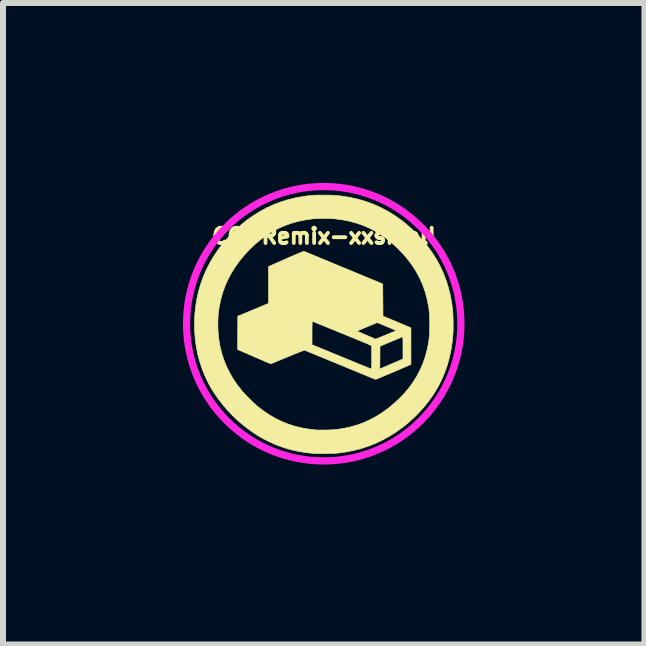
<source format=kicad_pcb>
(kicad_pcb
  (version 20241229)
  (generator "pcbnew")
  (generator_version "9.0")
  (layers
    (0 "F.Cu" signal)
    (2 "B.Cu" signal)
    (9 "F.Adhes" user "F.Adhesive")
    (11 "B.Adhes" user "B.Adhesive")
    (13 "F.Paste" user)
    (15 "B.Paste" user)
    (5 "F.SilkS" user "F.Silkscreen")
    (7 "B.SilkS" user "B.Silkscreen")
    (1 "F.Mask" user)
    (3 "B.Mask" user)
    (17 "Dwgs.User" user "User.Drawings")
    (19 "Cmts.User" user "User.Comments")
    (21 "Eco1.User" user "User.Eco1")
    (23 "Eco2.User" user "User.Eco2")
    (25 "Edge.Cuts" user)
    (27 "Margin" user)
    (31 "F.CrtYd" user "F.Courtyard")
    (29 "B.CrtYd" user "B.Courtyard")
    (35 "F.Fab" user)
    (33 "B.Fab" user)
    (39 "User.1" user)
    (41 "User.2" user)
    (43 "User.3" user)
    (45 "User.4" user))
  (footprint "CC-Remix-xxsmall"
    (layer "F.Cu")
    (at 2.347 2.347)
    (property "Reference" "CC-Remix-xxsmall" (at 0.009 -1.46 0) (layer "F.SilkS") (effects (font (size 0.254 0.254) (thickness 0.064))))
    (attr through_hole)
    (fp_poly (pts (xy 0.049 -2.144) (xy 0.092 -2.144) (xy 0.13 -2.143) (xy 0.163 -2.141) (xy 0.195 -2.139) (xy 0.226 -2.137) (xy 0.259 -2.133) (xy 0.294 -2.129) (xy 0.326 -2.125) (xy 0.458 -2.102) (xy 0.587 -2.072) (xy 0.713 -2.034) (xy 0.835 -1.989) (xy 0.954 -1.935) (xy 1.07 -1.874) (xy 1.182 -1.805) (xy 1.29 -1.729) (xy 1.297 -1.724) (xy 1.377 -1.66) (xy 1.457 -1.589) (xy 1.535 -1.514) (xy 1.61 -1.435) (xy 1.681 -1.355) (xy 1.738 -1.283) (xy 1.815 -1.176) (xy 1.883 -1.067) (xy 1.944 -0.954) (xy 1.997 -0.837) (xy 2.043 -0.717) (xy 2.081 -0.593) (xy 2.112 -0.466) (xy 2.135 -0.334) (xy 2.149 -0.224) (xy 2.152 -0.187) (xy 2.154 -0.144) (xy 2.156 -0.096) (xy 2.157 -0.045) (xy 2.158 0.006) (xy 2.158 0.056) (xy 2.157 0.102) (xy 2.156 0.144) (xy 2.155 0.159) (xy 2.143 0.297) (xy 2.123 0.43) (xy 2.096 0.559) (xy 2.062 0.685) (xy 2.02 0.806) (xy 1.97 0.924) (xy 1.913 1.038) (xy 1.849 1.148) (xy 1.776 1.255) (xy 1.697 1.358) (xy 1.609 1.458) (xy 1.55 1.52) (xy 1.475 1.592) (xy 1.401 1.658) (xy 1.326 1.718) (xy 1.247 1.776) (xy 1.209 1.803) (xy 1.098 1.873) (xy 0.986 1.936) (xy 0.873 1.99) (xy 0.757 2.037) (xy 0.638 2.077) (xy 0.516 2.109) (xy 0.389 2.135) (xy 0.257 2.154) (xy 0.231 2.157) (xy 0.206 2.159) (xy 0.175 2.161) (xy 0.139 2.162) (xy 0.098 2.164) (xy 0.056 2.165) (xy 0.012 2.165) (xy -0.03 2.166) (xy -0.07 2.166) (xy -0.107 2.165) (xy -0.138 2.164) (xy -0.161 2.163) (xy -0.295 2.149) (xy -0.426 2.127) (xy -0.553 2.099) (xy -0.676 2.062) (xy -0.795 2.018) (xy -0.912 1.966) (xy -1.027 1.907) (xy -1.113 1.856) (xy -1.221 1.783) (xy -1.326 1.704) (xy -1.428 1.618) (xy -1.525 1.526) (xy -1.616 1.429) (xy -1.701 1.328) (xy -1.78 1.223) (xy -1.851 1.116) (xy -1.861 1.1) (xy -1.924 0.989) (xy -1.979 0.873) (xy -2.027 0.753) (xy -2.068 0.631) (xy -2.101 0.505) (xy -2.126 0.377) (xy -2.143 0.246) (xy -2.153 0.114) (xy -2.154 0.021) (xy -1.765 0.021) (xy -1.763 0.097) (xy -1.758 0.172) (xy -1.751 0.243) (xy -1.748 0.266) (xy -1.728 0.383) (xy -1.699 0.497) (xy -1.663 0.607) (xy -1.619 0.715) (xy -1.567 0.82) (xy -1.507 0.923) (xy -1.439 1.023) (xy -1.368 1.113) (xy -1.349 1.136) (xy -1.324 1.163) (xy -1.296 1.193) (xy -1.265 1.225) (xy -1.232 1.257) (xy -1.2 1.289) (xy -1.168 1.319) (xy -1.139 1.346) (xy -1.113 1.369) (xy -1.098 1.382) (xy -1 1.457) (xy -0.9 1.523) (xy -0.798 1.582) (xy -0.693 1.633) (xy -0.585 1.675) (xy -0.474 1.711) (xy -0.359 1.738) (xy -0.24 1.758) (xy -0.144 1.769) (xy -0.121 1.771) (xy -0.09 1.772) (xy -0.055 1.772) (xy -0.016 1.772) (xy 0.025 1.772) (xy 0.066 1.771) (xy 0.107 1.77) (xy 0.144 1.768) (xy 0.176 1.767) (xy 0.203 1.764) (xy 0.212 1.763) (xy 0.331 1.745) (xy 0.446 1.72) (xy 0.557 1.688) (xy 0.665 1.649) (xy 0.77 1.601) (xy 0.872 1.547) (xy 0.972 1.484) (xy 1.07 1.414) (xy 1.165 1.335) (xy 1.255 1.253) (xy 1.34 1.165) (xy 1.417 1.074) (xy 1.486 0.979) (xy 1.548 0.881) (xy 1.602 0.779) (xy 1.649 0.674) (xy 1.688 0.564) (xy 1.719 0.451) (xy 1.733 0.389) (xy 1.743 0.338) (xy 1.751 0.29) (xy 1.757 0.242) (xy 1.761 0.195) (xy 1.765 0.145) (xy 1.766 0.091) (xy 1.767 0.031) (xy 1.767 0.006) (xy 1.767 -0.046) (xy 1.766 -0.091) (xy 1.764 -0.131) (xy 1.762 -0.169) (xy 1.758 -0.206) (xy 1.754 -0.243) (xy 1.748 -0.283) (xy 1.742 -0.318) (xy 1.718 -0.433) (xy 1.686 -0.546) (xy 1.647 -0.655) (xy 1.6 -0.76) (xy 1.545 -0.863) (xy 1.483 -0.962) (xy 1.412 -1.059) (xy 1.334 -1.152) (xy 1.248 -1.243) (xy 1.227 -1.264) (xy 1.135 -1.347) (xy 1.042 -1.422) (xy 0.947 -1.489) (xy 0.849 -1.548) (xy 0.748 -1.6) (xy 0.644 -1.644) (xy 0.536 -1.68) (xy 0.423 -1.71) (xy 0.306 -1.733) (xy 0.186 -1.749) (xy 0.159 -1.751) (xy 0.124 -1.753) (xy 0.085 -1.754) (xy 0.042 -1.755) (xy -0.002 -1.755) (xy -0.047 -1.754) (xy -0.09 -1.753) (xy -0.13 -1.752) (xy -0.165 -1.75) (xy -0.194 -1.747) (xy -0.197 -1.747) (xy -0.318 -1.729) (xy -0.434 -1.705) (xy -0.545 -1.673) (xy -0.653 -1.635) (xy -0.757 -1.589) (xy -0.857 -1.536) (xy -0.954 -1.475) (xy -1.048 -1.406) (xy -1.14 -1.329) (xy -1.23 -1.245) (xy -1.245 -1.229) (xy -1.332 -1.135) (xy -1.411 -1.038) (xy -1.481 -0.939) (xy -1.544 -0.838) (xy -1.599 -0.733) (xy -1.646 -0.626) (xy -1.686 -0.516) (xy -1.717 -0.402) (xy -1.741 -0.286) (xy -1.755 -0.191) (xy -1.761 -0.125) (xy -1.764 -0.053) (xy -1.765 0.021) (xy -2.154 0.021) (xy -2.155 -0.021) (xy -2.149 -0.156) (xy -2.137 -0.275) (xy -2.117 -0.405) (xy -2.089 -0.533) (xy -2.052 -0.659) (xy -2.008 -0.782) (xy -1.956 -0.902) (xy -1.896 -1.019) (xy -1.829 -1.133) (xy -1.754 -1.243) (xy -1.671 -1.35) (xy -1.581 -1.453) (xy -1.489 -1.548) (xy -1.388 -1.64) (xy -1.284 -1.725) (xy -1.176 -1.802) (xy -1.064 -1.871) (xy -0.95 -1.933) (xy -0.831 -1.987) (xy -0.71 -2.033) (xy -0.585 -2.071) (xy -0.457 -2.102) (xy -0.326 -2.124) (xy -0.324 -2.125) (xy -0.286 -2.13) (xy -0.252 -2.134) (xy -0.22 -2.137) (xy -0.189 -2.14) (xy -0.157 -2.142) (xy -0.122 -2.143) (xy -0.084 -2.144) (xy -0.039 -2.144) (xy 0 -2.144) (xy 0.049 -2.144)) (stroke (width 0.01) (type solid)) (fill yes) (layer "F.SilkS"))
    (fp_poly (pts (xy -0.329 -1.207) (xy -0.323 -1.204) (xy -0.31 -1.199) (xy -0.29 -1.191) (xy -0.264 -1.18) (xy -0.233 -1.167) (xy -0.196 -1.152) (xy -0.154 -1.135) (xy -0.108 -1.116) (xy -0.058 -1.095) (xy -0.005 -1.073) (xy 0.051 -1.05) (xy 0.109 -1.026) (xy 0.168 -1.001) (xy 0.229 -0.976) (xy 0.291 -0.95) (xy 0.353 -0.925) (xy 0.415 -0.899) (xy 0.476 -0.874) (xy 0.536 -0.849) (xy 0.594 -0.825) (xy 0.65 -0.802) (xy 0.703 -0.78) (xy 0.752 -0.759) (xy 0.799 -0.74) (xy 0.84 -0.723) (xy 0.877 -0.708) (xy 0.909 -0.694) (xy 0.935 -0.684) (xy 0.955 -0.675) (xy 0.968 -0.67) (xy 0.973 -0.667) (xy 0.974 -0.667) (xy 0.984 -0.662) (xy 0.986 -0.394) (xy 0.988 -0.126) (xy 1.202 -0.038) (xy 1.243 -0.021) (xy 1.282 -0.005) (xy 1.318 0.011) (xy 1.351 0.024) (xy 1.38 0.037) (xy 1.403 0.047) (xy 1.421 0.054) (xy 1.432 0.059) (xy 1.435 0.06) (xy 1.454 0.07) (xy 1.454 0.675) (xy 1.433 0.687) (xy 1.425 0.69) (xy 1.41 0.697) (xy 1.389 0.707) (xy 1.363 0.718) (xy 1.332 0.731) (xy 1.298 0.746) (xy 1.261 0.762) (xy 1.222 0.779) (xy 1.182 0.796) (xy 1.141 0.813) (xy 1.1 0.831) (xy 1.06 0.847) (xy 1.023 0.863) (xy 0.987 0.878) (xy 0.955 0.892) (xy 0.927 0.903) (xy 0.904 0.913) (xy 0.887 0.92) (xy 0.876 0.924) (xy 0.872 0.925) (xy 0.863 0.925) (xy 0.849 0.921) (xy 0.836 0.917) (xy 0.829 0.914) (xy 0.815 0.908) (xy 0.794 0.9) (xy 0.766 0.888) (xy 0.733 0.875) (xy 0.694 0.858) (xy 0.65 0.84) (xy 0.601 0.82) (xy 0.548 0.798) (xy 0.492 0.775) (xy 0.432 0.751) (xy 0.37 0.725) (xy 0.306 0.698) (xy 0.25 0.675) (xy 0.184 0.648) (xy 0.12 0.622) (xy 0.059 0.596) (xy 0.001 0.572) (xy -0.054 0.55) (xy -0.105 0.529) (xy -0.151 0.51) (xy -0.193 0.493) (xy -0.23 0.478) (xy -0.261 0.465) (xy -0.286 0.455) (xy -0.305 0.447) (xy -0.316 0.443) (xy -0.32 0.441) (xy -0.326 0.443) (xy -0.338 0.447) (xy -0.358 0.454) (xy -0.384 0.464) (xy -0.416 0.477) (xy -0.454 0.492) (xy -0.497 0.509) (xy -0.544 0.529) (xy -0.595 0.55) (xy -0.606 0.554) (xy -0.884 0.669) (xy -1.159 0.55) (xy -1.435 0.43) (xy -1.434 0.153) (xy -1.434 0.152) (xy -0.195 0.152) (xy -0.195 0.35) (xy 0.299 0.553) (xy 0.361 0.579) (xy 0.42 0.603) (xy 0.477 0.626) (xy 0.531 0.648) (xy 0.581 0.669) (xy 0.627 0.688) (xy 0.668 0.704) (xy 0.705 0.719) (xy 0.736 0.732) (xy 0.761 0.742) (xy 0.78 0.749) (xy 0.792 0.754) (xy 0.797 0.755) (xy 0.797 0.755) (xy 0.797 0.753) (xy 0.935 0.753) (xy 0.949 0.747) (xy 0.956 0.744) (xy 0.97 0.739) (xy 0.989 0.73) (xy 1.014 0.72) (xy 1.043 0.707) (xy 1.076 0.693) (xy 1.11 0.678) (xy 1.13 0.67) (xy 1.166 0.654) (xy 1.2 0.64) (xy 1.23 0.627) (xy 1.257 0.615) (xy 1.28 0.605) (xy 1.296 0.598) (xy 1.307 0.594) (xy 1.309 0.592) (xy 1.321 0.587) (xy 1.321 0.401) (xy 1.321 0.357) (xy 1.321 0.32) (xy 1.321 0.29) (xy 1.32 0.267) (xy 1.32 0.249) (xy 1.319 0.236) (xy 1.319 0.227) (xy 1.318 0.221) (xy 1.316 0.218) (xy 1.315 0.218) (xy 1.313 0.218) (xy 1.308 0.22) (xy 1.296 0.225) (xy 1.277 0.233) (xy 1.253 0.243) (xy 1.225 0.254) (xy 1.193 0.268) (xy 1.157 0.283) (xy 1.122 0.298) (xy 0.938 0.375) (xy 0.937 0.564) (xy 0.935 0.753) (xy 0.797 0.753) (xy 0.797 0.751) (xy 0.798 0.738) (xy 0.799 0.72) (xy 0.799 0.695) (xy 0.8 0.665) (xy 0.8 0.631) (xy 0.8 0.595) (xy 0.8 0.57) (xy 0.8 0.531) (xy 0.8 0.494) (xy 0.8 0.46) (xy 0.799 0.431) (xy 0.799 0.406) (xy 0.798 0.388) (xy 0.798 0.377) (xy 0.798 0.374) (xy 0.797 0.372) (xy 0.796 0.37) (xy 0.794 0.368) (xy 0.791 0.365) (xy 0.786 0.362) (xy 0.779 0.358) (xy 0.77 0.354) (xy 0.758 0.348) (xy 0.742 0.341) (xy 0.722 0.332) (xy 0.699 0.322) (xy 0.671 0.311) (xy 0.638 0.297) (xy 0.599 0.281) (xy 0.555 0.263) (xy 0.505 0.242) (xy 0.448 0.219) (xy 0.384 0.193) (xy 0.313 0.164) (xy 0.305 0.161) (xy 0.244 0.136) (xy 0.218 0.125) (xy 0.561 0.125) (xy 0.563 0.127) (xy 0.563 0.127) (xy 0.569 0.129) (xy 0.582 0.135) (xy 0.601 0.143) (xy 0.625 0.154) (xy 0.653 0.166) (xy 0.684 0.179) (xy 0.717 0.193) (xy 0.719 0.194) (xy 0.865 0.257) (xy 0.939 0.227) (xy 0.966 0.215) (xy 0.999 0.202) (xy 1.034 0.188) (xy 1.069 0.173) (xy 1.103 0.159) (xy 1.11 0.156) (xy 1.137 0.145) (xy 1.16 0.135) (xy 1.18 0.127) (xy 1.195 0.12) (xy 1.204 0.116) (xy 1.206 0.115) (xy 1.203 0.112) (xy 1.192 0.107) (xy 1.176 0.1) (xy 1.155 0.091) (xy 1.13 0.08) (xy 1.102 0.068) (xy 1.072 0.056) (xy 1.042 0.043) (xy 1.012 0.03) (xy 0.983 0.018) (xy 0.956 0.007) (xy 0.933 -0.002) (xy 0.914 -0.01) (xy 0.9 -0.015) (xy 0.893 -0.018) (xy 0.892 -0.018) (xy 0.887 -0.017) (xy 0.875 -0.012) (xy 0.857 -0.005) (xy 0.834 0.005) (xy 0.806 0.016) (xy 0.775 0.029) (xy 0.741 0.043) (xy 0.72 0.052) (xy 0.679 0.069) (xy 0.646 0.083) (xy 0.619 0.095) (xy 0.598 0.104) (xy 0.583 0.111) (xy 0.572 0.116) (xy 0.565 0.12) (xy 0.562 0.123) (xy 0.561 0.125) (xy 0.218 0.125) (xy 0.185 0.112) (xy 0.128 0.088) (xy 0.075 0.067) (xy 0.025 0.046) (xy -0.021 0.027) (xy -0.063 0.011) (xy -0.099 -0.004) (xy -0.13 -0.017) (xy -0.155 -0.027) (xy -0.174 -0.035) (xy -0.185 -0.039) (xy -0.189 -0.041) (xy -0.191 -0.04) (xy -0.192 -0.035) (xy -0.193 -0.026) (xy -0.193 -0.012) (xy -0.194 0.007) (xy -0.194 0.033) (xy -0.195 0.065) (xy -0.195 0.105) (xy -0.195 0.152) (xy -1.434 0.152) (xy -1.433 -0.125) (xy -1.177 -0.232) (xy -0.921 -0.339) (xy -0.921 -0.953) (xy -0.629 -1.082) (xy -0.572 -1.107) (xy -0.522 -1.129) (xy -0.478 -1.148) (xy -0.442 -1.163) (xy -0.411 -1.176) (xy -0.386 -1.187) (xy -0.366 -1.195) (xy -0.35 -1.201) (xy -0.339 -1.205) (xy -0.332 -1.207) (xy -0.329 -1.207) (xy -0.329 -1.207)) (stroke (width 0.01) (type solid)) (fill yes) (layer "F.SilkS"))
    (fp_circle (center 0 0) (end 2.287 0) (stroke (width 0.12) (type solid)) (fill no) (layer "F.CrtYd")))
  (gr_rect
    (start -3 -3)
    (end 7.694 7.694)
    (stroke (width 0.1) (type default))
    (fill no)
    (layer "Edge.Cuts")))
</source>
